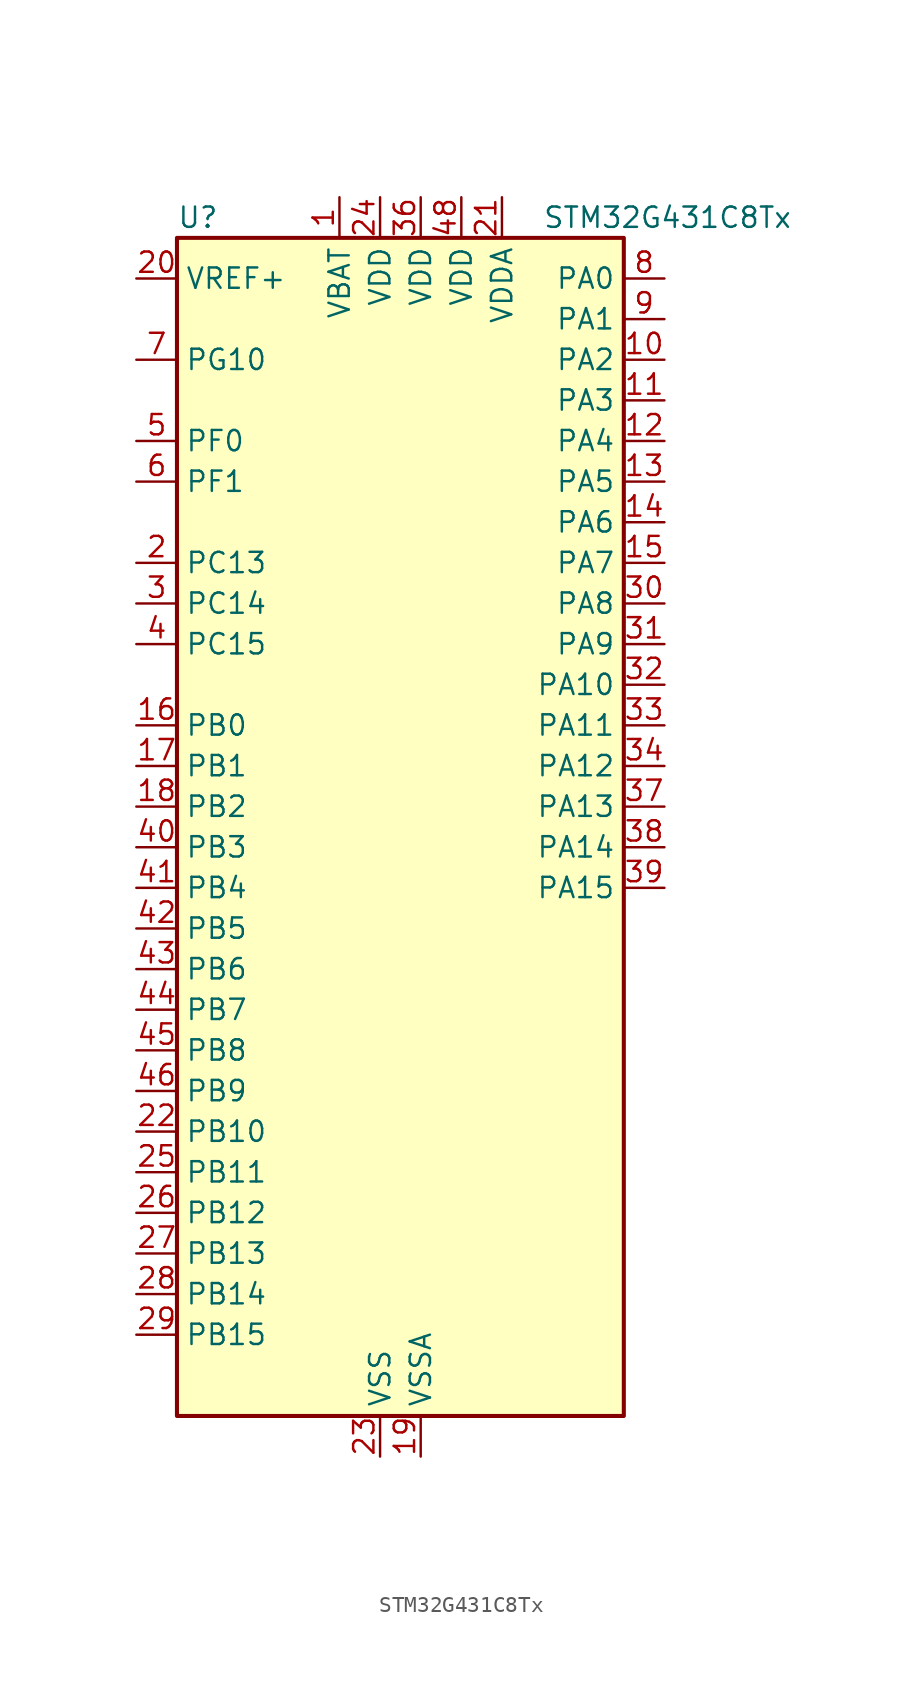
<source format=kicad_sym>
(kicad_symbol_lib
  (version 20231120)
  (generator "kicad_symbol_editor")
  (generator_version "8.0")
  (symbol "STM32G431C8Tx"
    (property "Reference" "U"
      (at -12.7 39.37 0)
      (effects (font (size 1.27 1.27)) (justify left)))
    (property "Value" "STM32G431C8Tx"
      (at 10.16 39.37 0)
      (effects (font (size 1.27 1.27)) (justify left)))
    (property "ki_locked" ""
      (at 0 0 0)
      (effects (font (size 1.27 1.27))))
    (symbol "STM32G431C8Tx_0_1"
      (rectangle (start -12.7 -35.56) (end 15.24 38.1) (stroke (width 0.254) (type default)) (fill (type background))))
    (symbol "STM32G431C8Tx_1_1"
      (pin power_in line (at -2.54 40.64 270) (length 2.54) (name "VBAT" (effects (font (size 1.27 1.27)))) (number "1" (effects (font (size 1.27 1.27)))))
      (pin bidirectional line (at 17.78 30.48 180) (length 2.54) (name "PA2" (effects (font (size 1.27 1.27)))) (number "10" (effects (font (size 1.27 1.27)))) (alternate "ADC1_IN3" bidirectional line) (alternate "COMP2_INM" bidirectional line) (alternate "COMP2_OUT" bidirectional line) (alternate "LPUART1_TX" bidirectional line) (alternate "OPAMP1_VOUT" bidirectional line) (alternate "RCC_LSCO" bidirectional line) (alternate "SYS_WKUP4" bidirectional line) (alternate "TIM15_CH1" bidirectional line) (alternate "TIM2_CH3" bidirectional line) (alternate "UCPD1_FRSTX1" bidirectional line) (alternate "UCPD1_FRSTX2" bidirectional line) (alternate "USART2_TX" bidirectional line))
      (pin bidirectional line (at 17.78 27.94 180) (length 2.54) (name "PA3" (effects (font (size 1.27 1.27)))) (number "11" (effects (font (size 1.27 1.27)))) (alternate "ADC1_IN4" bidirectional line) (alternate "COMP2_INP" bidirectional line) (alternate "LPUART1_RX" bidirectional line) (alternate "OPAMP1_VINM" bidirectional line) (alternate "OPAMP1_VINM0" bidirectional line) (alternate "OPAMP1_VINM_SEC" bidirectional line) (alternate "OPAMP1_VINP" bidirectional line) (alternate "OPAMP1_VINP_SEC" bidirectional line) (alternate "SAI1_CK1" bidirectional line) (alternate "SAI1_MCLK_A" bidirectional line) (alternate "TIM15_CH2" bidirectional line) (alternate "TIM2_CH4" bidirectional line) (alternate "USART2_RX" bidirectional line))
      (pin bidirectional line (at 17.78 25.4 180) (length 2.54) (name "PA4" (effects (font (size 1.27 1.27)))) (number "12" (effects (font (size 1.27 1.27)))) (alternate "ADC2_IN17" bidirectional line) (alternate "COMP1_INM" bidirectional line) (alternate "DAC1_OUT1" bidirectional line) (alternate "I2S3_WS" bidirectional line) (alternate "SAI1_FS_B" bidirectional line) (alternate "SPI1_NSS" bidirectional line) (alternate "SPI3_NSS" bidirectional line) (alternate "TIM3_CH2" bidirectional line) (alternate "USART2_CK" bidirectional line))
      (pin bidirectional line (at 17.78 22.86 180) (length 2.54) (name "PA5" (effects (font (size 1.27 1.27)))) (number "13" (effects (font (size 1.27 1.27)))) (alternate "ADC2_IN13" bidirectional line) (alternate "COMP2_INM" bidirectional line) (alternate "DAC1_OUT2" bidirectional line) (alternate "OPAMP2_VINM" bidirectional line) (alternate "OPAMP2_VINM0" bidirectional line) (alternate "OPAMP2_VINM_SEC" bidirectional line) (alternate "SPI1_SCK" bidirectional line) (alternate "TIM2_CH1" bidirectional line) (alternate "TIM2_ETR" bidirectional line) (alternate "UCPD1_FRSTX1" bidirectional line) (alternate "UCPD1_FRSTX2" bidirectional line))
      (pin bidirectional line (at 17.78 20.32 180) (length 2.54) (name "PA6" (effects (font (size 1.27 1.27)))) (number "14" (effects (font (size 1.27 1.27)))) (alternate "ADC2_IN3" bidirectional line) (alternate "COMP1_OUT" bidirectional line) (alternate "LPUART1_CTS" bidirectional line) (alternate "OPAMP2_VOUT" bidirectional line) (alternate "SPI1_MISO" bidirectional line) (alternate "TIM16_CH1" bidirectional line) (alternate "TIM1_BKIN" bidirectional line) (alternate "TIM3_CH1" bidirectional line) (alternate "TIM8_BKIN" bidirectional line))
      (pin bidirectional line (at 17.78 17.78 180) (length 2.54) (name "PA7" (effects (font (size 1.27 1.27)))) (number "15" (effects (font (size 1.27 1.27)))) (alternate "ADC2_IN4" bidirectional line) (alternate "COMP2_INP" bidirectional line) (alternate "COMP2_OUT" bidirectional line) (alternate "OPAMP1_VINP" bidirectional line) (alternate "OPAMP1_VINP_SEC" bidirectional line) (alternate "OPAMP2_VINP" bidirectional line) (alternate "OPAMP2_VINP_SEC" bidirectional line) (alternate "SPI1_MOSI" bidirectional line) (alternate "TIM17_CH1" bidirectional line) (alternate "TIM1_CH1N" bidirectional line) (alternate "TIM3_CH2" bidirectional line) (alternate "TIM8_CH1N" bidirectional line) (alternate "UCPD1_FRSTX1" bidirectional line) (alternate "UCPD1_FRSTX2" bidirectional line))
      (pin bidirectional line (at -15.24 7.62 0) (length 2.54) (name "PB0" (effects (font (size 1.27 1.27)))) (number "16" (effects (font (size 1.27 1.27)))) (alternate "ADC1_IN15" bidirectional line) (alternate "COMP4_INP" bidirectional line) (alternate "OPAMP2_VINP" bidirectional line) (alternate "OPAMP2_VINP_SEC" bidirectional line) (alternate "OPAMP3_VINP" bidirectional line) (alternate "OPAMP3_VINP_SEC" bidirectional line) (alternate "TIM1_CH2N" bidirectional line) (alternate "TIM3_CH3" bidirectional line) (alternate "TIM8_CH2N" bidirectional line) (alternate "UCPD1_FRSTX1" bidirectional line) (alternate "UCPD1_FRSTX2" bidirectional line))
      (pin bidirectional line (at -15.24 5.08 0) (length 2.54) (name "PB1" (effects (font (size 1.27 1.27)))) (number "17" (effects (font (size 1.27 1.27)))) (alternate "ADC1_IN12" bidirectional line) (alternate "COMP1_INP" bidirectional line) (alternate "COMP4_OUT" bidirectional line) (alternate "LPUART1_DE" bidirectional line) (alternate "LPUART1_RTS" bidirectional line) (alternate "OPAMP3_VOUT" bidirectional line) (alternate "TIM1_CH3N" bidirectional line) (alternate "TIM3_CH4" bidirectional line) (alternate "TIM8_CH3N" bidirectional line))
      (pin bidirectional line (at -15.24 2.54 0) (length 2.54) (name "PB2" (effects (font (size 1.27 1.27)))) (number "18" (effects (font (size 1.27 1.27)))) (alternate "ADC2_IN12" bidirectional line) (alternate "COMP4_INM" bidirectional line) (alternate "I2C3_SMBA" bidirectional line) (alternate "LPTIM1_OUT" bidirectional line) (alternate "OPAMP3_VINM" bidirectional line) (alternate "OPAMP3_VINM0" bidirectional line) (alternate "OPAMP3_VINM_SEC" bidirectional line) (alternate "RTC_OUT2" bidirectional line))
      (pin power_in line (at 2.54 -38.1 90) (length 2.54) (name "VSSA" (effects (font (size 1.27 1.27)))) (number "19" (effects (font (size 1.27 1.27)))))
      (pin bidirectional line (at -15.24 17.78 0) (length 2.54) (name "PC13" (effects (font (size 1.27 1.27)))) (number "2" (effects (font (size 1.27 1.27)))) (alternate "RTC_OUT1" bidirectional line) (alternate "RTC_TAMP1" bidirectional line) (alternate "RTC_TS" bidirectional line) (alternate "SYS_WKUP2" bidirectional line) (alternate "TIM1_BKIN" bidirectional line) (alternate "TIM1_CH1N" bidirectional line) (alternate "TIM8_CH4N" bidirectional line))
      (pin input line (at -15.24 35.56 0) (length 2.54) (name "VREF+" (effects (font (size 1.27 1.27)))) (number "20" (effects (font (size 1.27 1.27)))) (alternate "VREFBUF_OUT" bidirectional line))
      (pin power_in line (at 7.62 40.64 270) (length 2.54) (name "VDDA" (effects (font (size 1.27 1.27)))) (number "21" (effects (font (size 1.27 1.27)))))
      (pin bidirectional line (at -15.24 -17.78 0) (length 2.54) (name "PB10" (effects (font (size 1.27 1.27)))) (number "22" (effects (font (size 1.27 1.27)))) (alternate "DAC1_EXTI10" bidirectional line) (alternate "DAC3_EXTI10" bidirectional line) (alternate "LPUART1_RX" bidirectional line) (alternate "OPAMP3_VINM" bidirectional line) (alternate "OPAMP3_VINM1" bidirectional line) (alternate "OPAMP3_VINM_SEC" bidirectional line) (alternate "SAI1_SCK_A" bidirectional line) (alternate "TIM1_BKIN" bidirectional line) (alternate "TIM2_CH3" bidirectional line) (alternate "USART3_TX" bidirectional line))
      (pin power_in line (at 0 -38.1 90) (length 2.54) (name "VSS" (effects (font (size 1.27 1.27)))) (number "23" (effects (font (size 1.27 1.27)))))
      (pin power_in line (at 0 40.64 270) (length 2.54) (name "VDD" (effects (font (size 1.27 1.27)))) (number "24" (effects (font (size 1.27 1.27)))))
      (pin bidirectional line (at -15.24 -20.32 0) (length 2.54) (name "PB11" (effects (font (size 1.27 1.27)))) (number "25" (effects (font (size 1.27 1.27)))) (alternate "ADC1_EXTI11" bidirectional line) (alternate "ADC1_IN14" bidirectional line) (alternate "ADC2_EXTI11" bidirectional line) (alternate "ADC2_IN14" bidirectional line) (alternate "LPUART1_TX" bidirectional line) (alternate "TIM2_CH4" bidirectional line) (alternate "USART3_RX" bidirectional line))
      (pin bidirectional line (at -15.24 -22.86 0) (length 2.54) (name "PB12" (effects (font (size 1.27 1.27)))) (number "26" (effects (font (size 1.27 1.27)))) (alternate "ADC1_IN11" bidirectional line) (alternate "I2C2_SMBA" bidirectional line) (alternate "I2S2_WS" bidirectional line) (alternate "LPUART1_DE" bidirectional line) (alternate "LPUART1_RTS" bidirectional line) (alternate "SPI2_NSS" bidirectional line) (alternate "TIM1_BKIN" bidirectional line) (alternate "USART3_CK" bidirectional line))
      (pin bidirectional line (at -15.24 -25.4 0) (length 2.54) (name "PB13" (effects (font (size 1.27 1.27)))) (number "27" (effects (font (size 1.27 1.27)))) (alternate "I2S2_CK" bidirectional line) (alternate "LPUART1_CTS" bidirectional line) (alternate "OPAMP3_VINP" bidirectional line) (alternate "OPAMP3_VINP_SEC" bidirectional line) (alternate "SPI2_SCK" bidirectional line) (alternate "TIM1_CH1N" bidirectional line) (alternate "USART3_CTS" bidirectional line) (alternate "USART3_NSS" bidirectional line))
      (pin bidirectional line (at -15.24 -27.94 0) (length 2.54) (name "PB14" (effects (font (size 1.27 1.27)))) (number "28" (effects (font (size 1.27 1.27)))) (alternate "ADC1_IN5" bidirectional line) (alternate "COMP4_OUT" bidirectional line) (alternate "OPAMP2_VINP" bidirectional line) (alternate "OPAMP2_VINP_SEC" bidirectional line) (alternate "SPI2_MISO" bidirectional line) (alternate "TIM15_CH1" bidirectional line) (alternate "TIM1_CH2N" bidirectional line) (alternate "USART3_DE" bidirectional line) (alternate "USART3_RTS" bidirectional line))
      (pin bidirectional line (at -15.24 -30.48 0) (length 2.54) (name "PB15" (effects (font (size 1.27 1.27)))) (number "29" (effects (font (size 1.27 1.27)))) (alternate "ADC1_EXTI15" bidirectional line) (alternate "ADC2_EXTI15" bidirectional line) (alternate "ADC2_IN15" bidirectional line) (alternate "COMP3_OUT" bidirectional line) (alternate "I2S2_SD" bidirectional line) (alternate "RTC_REFIN" bidirectional line) (alternate "SPI2_MOSI" bidirectional line) (alternate "TIM15_CH1N" bidirectional line) (alternate "TIM15_CH2" bidirectional line) (alternate "TIM1_CH3N" bidirectional line))
      (pin bidirectional line (at -15.24 15.24 0) (length 2.54) (name "PC14" (effects (font (size 1.27 1.27)))) (number "3" (effects (font (size 1.27 1.27)))) (alternate "RCC_OSC32_IN" bidirectional line))
      (pin bidirectional line (at 17.78 15.24 180) (length 2.54) (name "PA8" (effects (font (size 1.27 1.27)))) (number "30" (effects (font (size 1.27 1.27)))) (alternate "I2C2_SDA" bidirectional line) (alternate "I2C3_SCL" bidirectional line) (alternate "I2S2_MCK" bidirectional line) (alternate "RCC_MCO" bidirectional line) (alternate "SAI1_CK2" bidirectional line) (alternate "SAI1_SCK_A" bidirectional line) (alternate "TIM1_CH1" bidirectional line) (alternate "TIM4_ETR" bidirectional line) (alternate "USART1_CK" bidirectional line))
      (pin bidirectional line (at 17.78 12.7 180) (length 2.54) (name "PA9" (effects (font (size 1.27 1.27)))) (number "31" (effects (font (size 1.27 1.27)))) (alternate "DAC1_EXTI9" bidirectional line) (alternate "DAC3_EXTI9" bidirectional line) (alternate "I2C2_SCL" bidirectional line) (alternate "I2C3_SMBA" bidirectional line) (alternate "I2S3_MCK" bidirectional line) (alternate "SAI1_FS_A" bidirectional line) (alternate "TIM15_BKIN" bidirectional line) (alternate "TIM1_CH2" bidirectional line) (alternate "TIM2_CH3" bidirectional line) (alternate "UCPD1_DBCC1" bidirectional line) (alternate "USART1_TX" bidirectional line))
      (pin bidirectional line (at 17.78 10.16 180) (length 2.54) (name "PA10" (effects (font (size 1.27 1.27)))) (number "32" (effects (font (size 1.27 1.27)))) (alternate "CRS_SYNC" bidirectional line) (alternate "DAC1_EXTI10" bidirectional line) (alternate "DAC3_EXTI10" bidirectional line) (alternate "I2C2_SMBA" bidirectional line) (alternate "SAI1_D1" bidirectional line) (alternate "SAI1_SD_A" bidirectional line) (alternate "SPI2_MISO" bidirectional line) (alternate "TIM17_BKIN" bidirectional line) (alternate "TIM1_CH3" bidirectional line) (alternate "TIM2_CH4" bidirectional line) (alternate "TIM8_BKIN" bidirectional line) (alternate "UCPD1_DBCC2" bidirectional line) (alternate "USART1_RX" bidirectional line))
      (pin bidirectional line (at 17.78 7.62 180) (length 2.54) (name "PA11" (effects (font (size 1.27 1.27)))) (number "33" (effects (font (size 1.27 1.27)))) (alternate "ADC1_EXTI11" bidirectional line) (alternate "ADC2_EXTI11" bidirectional line) (alternate "COMP1_OUT" bidirectional line) (alternate "FDCAN1_RX" bidirectional line) (alternate "I2S2_SD" bidirectional line) (alternate "SPI2_MOSI" bidirectional line) (alternate "TIM1_BKIN2" bidirectional line) (alternate "TIM1_CH1N" bidirectional line) (alternate "TIM1_CH4" bidirectional line) (alternate "TIM4_CH1" bidirectional line) (alternate "USART1_CTS" bidirectional line) (alternate "USART1_NSS" bidirectional line) (alternate "USB_DM" bidirectional line))
      (pin bidirectional line (at 17.78 5.08 180) (length 2.54) (name "PA12" (effects (font (size 1.27 1.27)))) (number "34" (effects (font (size 1.27 1.27)))) (alternate "COMP2_OUT" bidirectional line) (alternate "FDCAN1_TX" bidirectional line) (alternate "I2S_CKIN" bidirectional line) (alternate "TIM16_CH1" bidirectional line) (alternate "TIM1_CH2N" bidirectional line) (alternate "TIM1_ETR" bidirectional line) (alternate "TIM4_CH2" bidirectional line) (alternate "USART1_DE" bidirectional line) (alternate "USART1_RTS" bidirectional line) (alternate "USB_DP" bidirectional line))
      (pin passive line (at 0 -38.1 90) (length 2.54) hide (name "VSS" (effects (font (size 1.27 1.27)))) (number "35" (effects (font (size 1.27 1.27)))))
      (pin power_in line (at 2.54 40.64 270) (length 2.54) (name "VDD" (effects (font (size 1.27 1.27)))) (number "36" (effects (font (size 1.27 1.27)))))
      (pin bidirectional line (at 17.78 2.54 180) (length 2.54) (name "PA13" (effects (font (size 1.27 1.27)))) (number "37" (effects (font (size 1.27 1.27)))) (alternate "I2C1_SCL" bidirectional line) (alternate "IR_OUT" bidirectional line) (alternate "SAI1_SD_B" bidirectional line) (alternate "SYS_JTMS-SWDIO" bidirectional line) (alternate "TIM16_CH1N" bidirectional line) (alternate "TIM4_CH3" bidirectional line) (alternate "USART3_CTS" bidirectional line) (alternate "USART3_NSS" bidirectional line))
      (pin bidirectional line (at 17.78 0 180) (length 2.54) (name "PA14" (effects (font (size 1.27 1.27)))) (number "38" (effects (font (size 1.27 1.27)))) (alternate "I2C1_SDA" bidirectional line) (alternate "LPTIM1_OUT" bidirectional line) (alternate "SAI1_FS_B" bidirectional line) (alternate "SYS_JTCK-SWCLK" bidirectional line) (alternate "TIM1_BKIN" bidirectional line) (alternate "TIM8_CH2" bidirectional line) (alternate "USART2_TX" bidirectional line))
      (pin bidirectional line (at 17.78 -2.54 180) (length 2.54) (name "PA15" (effects (font (size 1.27 1.27)))) (number "39" (effects (font (size 1.27 1.27)))) (alternate "ADC1_EXTI15" bidirectional line) (alternate "ADC2_EXTI15" bidirectional line) (alternate "I2C1_SCL" bidirectional line) (alternate "I2S3_WS" bidirectional line) (alternate "SPI1_NSS" bidirectional line) (alternate "SPI3_NSS" bidirectional line) (alternate "SYS_JTDI" bidirectional line) (alternate "TIM1_BKIN" bidirectional line) (alternate "TIM2_CH1" bidirectional line) (alternate "TIM2_ETR" bidirectional line) (alternate "TIM8_CH1" bidirectional line) (alternate "USART2_RX" bidirectional line))
      (pin bidirectional line (at -15.24 12.7 0) (length 2.54) (name "PC15" (effects (font (size 1.27 1.27)))) (number "4" (effects (font (size 1.27 1.27)))) (alternate "ADC1_EXTI15" bidirectional line) (alternate "ADC2_EXTI15" bidirectional line) (alternate "RCC_OSC32_OUT" bidirectional line))
      (pin bidirectional line (at -15.24 0 0) (length 2.54) (name "PB3" (effects (font (size 1.27 1.27)))) (number "40" (effects (font (size 1.27 1.27)))) (alternate "CRS_SYNC" bidirectional line) (alternate "I2S3_CK" bidirectional line) (alternate "SAI1_SCK_B" bidirectional line) (alternate "SPI1_SCK" bidirectional line) (alternate "SPI3_SCK" bidirectional line) (alternate "SYS_JTDO-SWO" bidirectional line) (alternate "TIM2_CH2" bidirectional line) (alternate "TIM3_ETR" bidirectional line) (alternate "TIM4_ETR" bidirectional line) (alternate "TIM8_CH1N" bidirectional line) (alternate "USART2_TX" bidirectional line))
      (pin bidirectional line (at -15.24 -2.54 0) (length 2.54) (name "PB4" (effects (font (size 1.27 1.27)))) (number "41" (effects (font (size 1.27 1.27)))) (alternate "SAI1_MCLK_B" bidirectional line) (alternate "SPI1_MISO" bidirectional line) (alternate "SPI3_MISO" bidirectional line) (alternate "SYS_JTRST" bidirectional line) (alternate "TIM16_CH1" bidirectional line) (alternate "TIM17_BKIN" bidirectional line) (alternate "TIM3_CH1" bidirectional line) (alternate "TIM8_CH2N" bidirectional line) (alternate "UCPD1_CC2" bidirectional line) (alternate "USART2_RX" bidirectional line))
      (pin bidirectional line (at -15.24 -5.08 0) (length 2.54) (name "PB5" (effects (font (size 1.27 1.27)))) (number "42" (effects (font (size 1.27 1.27)))) (alternate "I2C1_SMBA" bidirectional line) (alternate "I2C3_SDA" bidirectional line) (alternate "I2S3_SD" bidirectional line) (alternate "LPTIM1_IN1" bidirectional line) (alternate "SAI1_SD_B" bidirectional line) (alternate "SPI1_MOSI" bidirectional line) (alternate "SPI3_MOSI" bidirectional line) (alternate "TIM16_BKIN" bidirectional line) (alternate "TIM17_CH1" bidirectional line) (alternate "TIM3_CH2" bidirectional line) (alternate "TIM8_CH3N" bidirectional line) (alternate "USART2_CK" bidirectional line))
      (pin bidirectional line (at -15.24 -7.62 0) (length 2.54) (name "PB6" (effects (font (size 1.27 1.27)))) (number "43" (effects (font (size 1.27 1.27)))) (alternate "COMP4_OUT" bidirectional line) (alternate "LPTIM1_ETR" bidirectional line) (alternate "SAI1_FS_B" bidirectional line) (alternate "TIM16_CH1N" bidirectional line) (alternate "TIM4_CH1" bidirectional line) (alternate "TIM8_BKIN2" bidirectional line) (alternate "TIM8_CH1" bidirectional line) (alternate "TIM8_ETR" bidirectional line) (alternate "UCPD1_CC1" bidirectional line) (alternate "USART1_TX" bidirectional line))
      (pin bidirectional line (at -15.24 -10.16 0) (length 2.54) (name "PB7" (effects (font (size 1.27 1.27)))) (number "44" (effects (font (size 1.27 1.27)))) (alternate "COMP3_OUT" bidirectional line) (alternate "I2C1_SDA" bidirectional line) (alternate "LPTIM1_IN2" bidirectional line) (alternate "SYS_PVD_IN" bidirectional line) (alternate "TIM17_CH1N" bidirectional line) (alternate "TIM3_CH4" bidirectional line) (alternate "TIM4_CH2" bidirectional line) (alternate "TIM8_BKIN" bidirectional line) (alternate "USART1_RX" bidirectional line))
      (pin bidirectional line (at -15.24 -12.7 0) (length 2.54) (name "PB8" (effects (font (size 1.27 1.27)))) (number "45" (effects (font (size 1.27 1.27)))) (alternate "COMP1_OUT" bidirectional line) (alternate "FDCAN1_RX" bidirectional line) (alternate "I2C1_SCL" bidirectional line) (alternate "SAI1_CK1" bidirectional line) (alternate "SAI1_MCLK_A" bidirectional line) (alternate "TIM16_CH1" bidirectional line) (alternate "TIM1_BKIN" bidirectional line) (alternate "TIM4_CH3" bidirectional line) (alternate "TIM8_CH2" bidirectional line) (alternate "USART3_RX" bidirectional line))
      (pin bidirectional line (at -15.24 -15.24 0) (length 2.54) (name "PB9" (effects (font (size 1.27 1.27)))) (number "46" (effects (font (size 1.27 1.27)))) (alternate "COMP2_OUT" bidirectional line) (alternate "DAC1_EXTI9" bidirectional line) (alternate "DAC3_EXTI9" bidirectional line) (alternate "FDCAN1_TX" bidirectional line) (alternate "I2C1_SDA" bidirectional line) (alternate "IR_OUT" bidirectional line) (alternate "SAI1_D2" bidirectional line) (alternate "SAI1_FS_A" bidirectional line) (alternate "TIM17_CH1" bidirectional line) (alternate "TIM1_CH3N" bidirectional line) (alternate "TIM4_CH4" bidirectional line) (alternate "TIM8_CH3" bidirectional line) (alternate "USART3_TX" bidirectional line))
      (pin passive line (at 0 -38.1 90) (length 2.54) hide (name "VSS" (effects (font (size 1.27 1.27)))) (number "47" (effects (font (size 1.27 1.27)))))
      (pin power_in line (at 5.08 40.64 270) (length 2.54) (name "VDD" (effects (font (size 1.27 1.27)))) (number "48" (effects (font (size 1.27 1.27)))))
      (pin bidirectional line (at -15.24 25.4 0) (length 2.54) (name "PF0" (effects (font (size 1.27 1.27)))) (number "5" (effects (font (size 1.27 1.27)))) (alternate "ADC1_IN10" bidirectional line) (alternate "I2C2_SDA" bidirectional line) (alternate "I2S2_WS" bidirectional line) (alternate "RCC_OSC_IN" bidirectional line) (alternate "SPI2_NSS" bidirectional line) (alternate "TIM1_CH3N" bidirectional line))
      (pin bidirectional line (at -15.24 22.86 0) (length 2.54) (name "PF1" (effects (font (size 1.27 1.27)))) (number "6" (effects (font (size 1.27 1.27)))) (alternate "ADC2_IN10" bidirectional line) (alternate "COMP3_INM" bidirectional line) (alternate "I2S2_CK" bidirectional line) (alternate "RCC_OSC_OUT" bidirectional line) (alternate "SPI2_SCK" bidirectional line))
      (pin bidirectional line (at -15.24 30.48 0) (length 2.54) (name "PG10" (effects (font (size 1.27 1.27)))) (number "7" (effects (font (size 1.27 1.27)))) (alternate "DAC1_EXTI10" bidirectional line) (alternate "DAC3_EXTI10" bidirectional line) (alternate "RCC_MCO" bidirectional line))
      (pin bidirectional line (at 17.78 35.56 180) (length 2.54) (name "PA0" (effects (font (size 1.27 1.27)))) (number "8" (effects (font (size 1.27 1.27)))) (alternate "ADC1_IN1" bidirectional line) (alternate "ADC2_IN1" bidirectional line) (alternate "COMP1_INM" bidirectional line) (alternate "COMP1_OUT" bidirectional line) (alternate "COMP3_INP" bidirectional line) (alternate "RTC_TAMP2" bidirectional line) (alternate "SYS_WKUP1" bidirectional line) (alternate "TIM2_CH1" bidirectional line) (alternate "TIM2_ETR" bidirectional line) (alternate "TIM8_BKIN" bidirectional line) (alternate "TIM8_ETR" bidirectional line) (alternate "USART2_CTS" bidirectional line) (alternate "USART2_NSS" bidirectional line))
      (pin bidirectional line (at 17.78 33.02 180) (length 2.54) (name "PA1" (effects (font (size 1.27 1.27)))) (number "9" (effects (font (size 1.27 1.27)))) (alternate "ADC1_IN2" bidirectional line) (alternate "ADC2_IN2" bidirectional line) (alternate "COMP1_INP" bidirectional line) (alternate "OPAMP1_VINP" bidirectional line) (alternate "OPAMP1_VINP_SEC" bidirectional line) (alternate "OPAMP3_VINP" bidirectional line) (alternate "OPAMP3_VINP_SEC" bidirectional line) (alternate "RTC_REFIN" bidirectional line) (alternate "TIM15_CH1N" bidirectional line) (alternate "TIM2_CH2" bidirectional line) (alternate "USART2_DE" bidirectional line) (alternate "USART2_RTS" bidirectional line)))))
</source>
